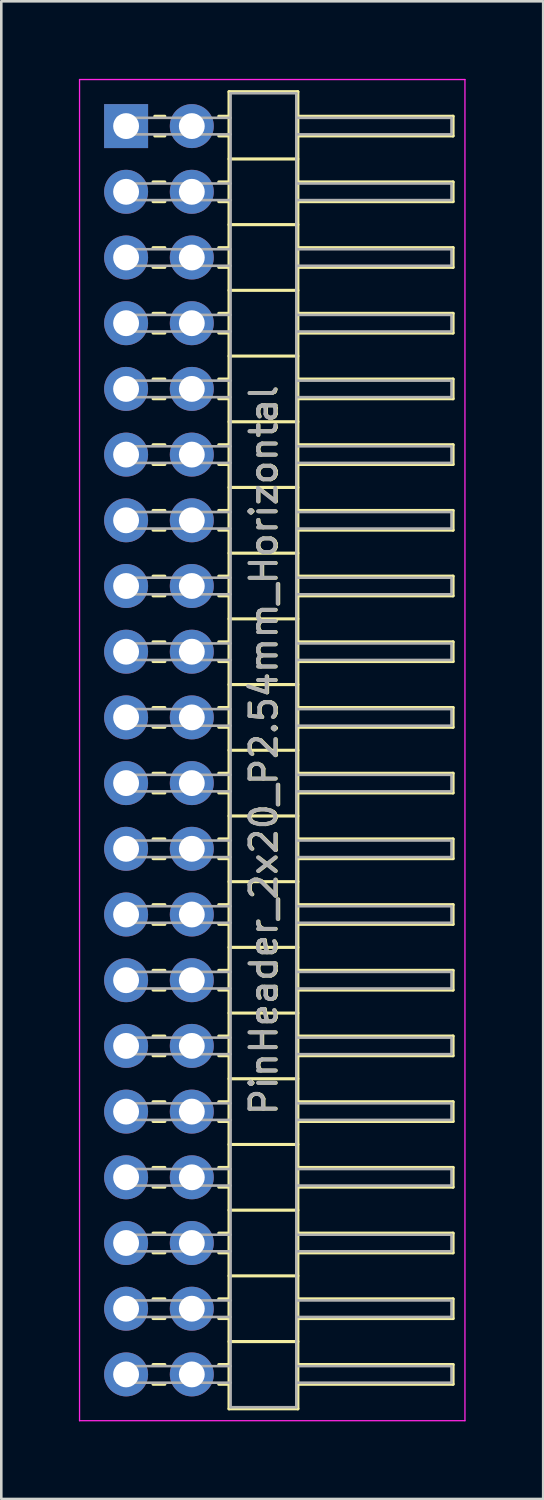
<source format=kicad_pcb>
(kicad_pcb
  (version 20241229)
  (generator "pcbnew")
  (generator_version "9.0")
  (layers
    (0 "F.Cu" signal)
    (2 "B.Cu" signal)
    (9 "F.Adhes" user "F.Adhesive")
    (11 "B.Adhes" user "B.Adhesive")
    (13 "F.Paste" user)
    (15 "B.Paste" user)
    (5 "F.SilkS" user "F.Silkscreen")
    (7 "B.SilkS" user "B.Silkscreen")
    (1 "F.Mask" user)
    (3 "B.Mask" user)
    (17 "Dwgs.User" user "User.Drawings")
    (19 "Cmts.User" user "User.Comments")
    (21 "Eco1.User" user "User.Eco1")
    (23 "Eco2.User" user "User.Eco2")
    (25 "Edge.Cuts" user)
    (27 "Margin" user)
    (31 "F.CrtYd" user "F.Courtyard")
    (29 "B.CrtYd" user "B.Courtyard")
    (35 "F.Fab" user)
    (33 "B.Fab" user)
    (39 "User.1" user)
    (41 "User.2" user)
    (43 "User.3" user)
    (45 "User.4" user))
  (footprint "PinHeader_2x20_P2.54mm_Horizontal"
    (layer "F.Cu")
    (at 1.825 1.825)
    (property "Reference" "PinHeader_2x20_P2.54mm_Horizontal" (at 5.334 24.13 90) (layer "F.SilkS") (effects (font (size 1 1) (thickness 0.15))))
    (attr through_hole)
    (fp_line (start 1.043 2.16) (end 1.497 2.16) (stroke (width 0.12) (type solid)) (layer "F.SilkS"))
    (fp_line (start 1.043 2.92) (end 1.497 2.92) (stroke (width 0.12) (type solid)) (layer "F.SilkS"))
    (fp_line (start 1.043 4.7) (end 1.497 4.7) (stroke (width 0.12) (type solid)) (layer "F.SilkS"))
    (fp_line (start 1.043 5.46) (end 1.497 5.46) (stroke (width 0.12) (type solid)) (layer "F.SilkS"))
    (fp_line (start 1.043 7.24) (end 1.497 7.24) (stroke (width 0.12) (type solid)) (layer "F.SilkS"))
    (fp_line (start 1.043 8) (end 1.497 8) (stroke (width 0.12) (type solid)) (layer "F.SilkS"))
    (fp_line (start 1.043 9.78) (end 1.497 9.78) (stroke (width 0.12) (type solid)) (layer "F.SilkS"))
    (fp_line (start 1.043 10.54) (end 1.497 10.54) (stroke (width 0.12) (type solid)) (layer "F.SilkS"))
    (fp_line (start 1.043 12.32) (end 1.497 12.32) (stroke (width 0.12) (type solid)) (layer "F.SilkS"))
    (fp_line (start 1.043 13.08) (end 1.497 13.08) (stroke (width 0.12) (type solid)) (layer "F.SilkS"))
    (fp_line (start 1.043 14.86) (end 1.497 14.86) (stroke (width 0.12) (type solid)) (layer "F.SilkS"))
    (fp_line (start 1.043 15.62) (end 1.497 15.62) (stroke (width 0.12) (type solid)) (layer "F.SilkS"))
    (fp_line (start 1.043 17.4) (end 1.497 17.4) (stroke (width 0.12) (type solid)) (layer "F.SilkS"))
    (fp_line (start 1.043 18.16) (end 1.497 18.16) (stroke (width 0.12) (type solid)) (layer "F.SilkS"))
    (fp_line (start 1.043 19.94) (end 1.497 19.94) (stroke (width 0.12) (type solid)) (layer "F.SilkS"))
    (fp_line (start 1.043 20.7) (end 1.497 20.7) (stroke (width 0.12) (type solid)) (layer "F.SilkS"))
    (fp_line (start 1.043 22.48) (end 1.497 22.48) (stroke (width 0.12) (type solid)) (layer "F.SilkS"))
    (fp_line (start 1.043 23.24) (end 1.497 23.24) (stroke (width 0.12) (type solid)) (layer "F.SilkS"))
    (fp_line (start 1.043 25.02) (end 1.497 25.02) (stroke (width 0.12) (type solid)) (layer "F.SilkS"))
    (fp_line (start 1.043 25.78) (end 1.497 25.78) (stroke (width 0.12) (type solid)) (layer "F.SilkS"))
    (fp_line (start 1.043 27.56) (end 1.497 27.56) (stroke (width 0.12) (type solid)) (layer "F.SilkS"))
    (fp_line (start 1.043 28.32) (end 1.497 28.32) (stroke (width 0.12) (type solid)) (layer "F.SilkS"))
    (fp_line (start 1.043 30.1) (end 1.497 30.1) (stroke (width 0.12) (type solid)) (layer "F.SilkS"))
    (fp_line (start 1.043 30.86) (end 1.497 30.86) (stroke (width 0.12) (type solid)) (layer "F.SilkS"))
    (fp_line (start 1.043 32.64) (end 1.497 32.64) (stroke (width 0.12) (type solid)) (layer "F.SilkS"))
    (fp_line (start 1.043 33.4) (end 1.497 33.4) (stroke (width 0.12) (type solid)) (layer "F.SilkS"))
    (fp_line (start 1.043 35.18) (end 1.497 35.18) (stroke (width 0.12) (type solid)) (layer "F.SilkS"))
    (fp_line (start 1.043 35.94) (end 1.497 35.94) (stroke (width 0.12) (type solid)) (layer "F.SilkS"))
    (fp_line (start 1.043 37.72) (end 1.497 37.72) (stroke (width 0.12) (type solid)) (layer "F.SilkS"))
    (fp_line (start 1.043 38.48) (end 1.497 38.48) (stroke (width 0.12) (type solid)) (layer "F.SilkS"))
    (fp_line (start 1.043 40.26) (end 1.497 40.26) (stroke (width 0.12) (type solid)) (layer "F.SilkS"))
    (fp_line (start 1.043 41.02) (end 1.497 41.02) (stroke (width 0.12) (type solid)) (layer "F.SilkS"))
    (fp_line (start 1.043 42.8) (end 1.497 42.8) (stroke (width 0.12) (type solid)) (layer "F.SilkS"))
    (fp_line (start 1.043 43.56) (end 1.497 43.56) (stroke (width 0.12) (type solid)) (layer "F.SilkS"))
    (fp_line (start 1.043 45.34) (end 1.497 45.34) (stroke (width 0.12) (type solid)) (layer "F.SilkS"))
    (fp_line (start 1.043 46.1) (end 1.497 46.1) (stroke (width 0.12) (type solid)) (layer "F.SilkS"))
    (fp_line (start 1.043 47.88) (end 1.497 47.88) (stroke (width 0.12) (type solid)) (layer "F.SilkS"))
    (fp_line (start 1.043 48.64) (end 1.497 48.64) (stroke (width 0.12) (type solid)) (layer "F.SilkS"))
    (fp_line (start 1.11 -0.38) (end 1.497 -0.38) (stroke (width 0.12) (type solid)) (layer "F.SilkS"))
    (fp_line (start 1.11 0.38) (end 1.497 0.38) (stroke (width 0.12) (type solid)) (layer "F.SilkS"))
    (fp_line (start 3.583 -0.38) (end 3.98 -0.38) (stroke (width 0.12) (type solid)) (layer "F.SilkS"))
    (fp_line (start 3.583 0.38) (end 3.98 0.38) (stroke (width 0.12) (type solid)) (layer "F.SilkS"))
    (fp_line (start 3.583 2.16) (end 3.98 2.16) (stroke (width 0.12) (type solid)) (layer "F.SilkS"))
    (fp_line (start 3.583 2.92) (end 3.98 2.92) (stroke (width 0.12) (type solid)) (layer "F.SilkS"))
    (fp_line (start 3.583 4.7) (end 3.98 4.7) (stroke (width 0.12) (type solid)) (layer "F.SilkS"))
    (fp_line (start 3.583 5.46) (end 3.98 5.46) (stroke (width 0.12) (type solid)) (layer "F.SilkS"))
    (fp_line (start 3.583 7.24) (end 3.98 7.24) (stroke (width 0.12) (type solid)) (layer "F.SilkS"))
    (fp_line (start 3.583 8) (end 3.98 8) (stroke (width 0.12) (type solid)) (layer "F.SilkS"))
    (fp_line (start 3.583 9.78) (end 3.98 9.78) (stroke (width 0.12) (type solid)) (layer "F.SilkS"))
    (fp_line (start 3.583 10.54) (end 3.98 10.54) (stroke (width 0.12) (type solid)) (layer "F.SilkS"))
    (fp_line (start 3.583 12.32) (end 3.98 12.32) (stroke (width 0.12) (type solid)) (layer "F.SilkS"))
    (fp_line (start 3.583 13.08) (end 3.98 13.08) (stroke (width 0.12) (type solid)) (layer "F.SilkS"))
    (fp_line (start 3.583 14.86) (end 3.98 14.86) (stroke (width 0.12) (type solid)) (layer "F.SilkS"))
    (fp_line (start 3.583 15.62) (end 3.98 15.62) (stroke (width 0.12) (type solid)) (layer "F.SilkS"))
    (fp_line (start 3.583 17.4) (end 3.98 17.4) (stroke (width 0.12) (type solid)) (layer "F.SilkS"))
    (fp_line (start 3.583 18.16) (end 3.98 18.16) (stroke (width 0.12) (type solid)) (layer "F.SilkS"))
    (fp_line (start 3.583 19.94) (end 3.98 19.94) (stroke (width 0.12) (type solid)) (layer "F.SilkS"))
    (fp_line (start 3.583 20.7) (end 3.98 20.7) (stroke (width 0.12) (type solid)) (layer "F.SilkS"))
    (fp_line (start 3.583 22.48) (end 3.98 22.48) (stroke (width 0.12) (type solid)) (layer "F.SilkS"))
    (fp_line (start 3.583 23.24) (end 3.98 23.24) (stroke (width 0.12) (type solid)) (layer "F.SilkS"))
    (fp_line (start 3.583 25.02) (end 3.98 25.02) (stroke (width 0.12) (type solid)) (layer "F.SilkS"))
    (fp_line (start 3.583 25.78) (end 3.98 25.78) (stroke (width 0.12) (type solid)) (layer "F.SilkS"))
    (fp_line (start 3.583 27.56) (end 3.98 27.56) (stroke (width 0.12) (type solid)) (layer "F.SilkS"))
    (fp_line (start 3.583 28.32) (end 3.98 28.32) (stroke (width 0.12) (type solid)) (layer "F.SilkS"))
    (fp_line (start 3.583 30.1) (end 3.98 30.1) (stroke (width 0.12) (type solid)) (layer "F.SilkS"))
    (fp_line (start 3.583 30.86) (end 3.98 30.86) (stroke (width 0.12) (type solid)) (layer "F.SilkS"))
    (fp_line (start 3.583 32.64) (end 3.98 32.64) (stroke (width 0.12) (type solid)) (layer "F.SilkS"))
    (fp_line (start 3.583 33.4) (end 3.98 33.4) (stroke (width 0.12) (type solid)) (layer "F.SilkS"))
    (fp_line (start 3.583 35.18) (end 3.98 35.18) (stroke (width 0.12) (type solid)) (layer "F.SilkS"))
    (fp_line (start 3.583 35.94) (end 3.98 35.94) (stroke (width 0.12) (type solid)) (layer "F.SilkS"))
    (fp_line (start 3.583 37.72) (end 3.98 37.72) (stroke (width 0.12) (type solid)) (layer "F.SilkS"))
    (fp_line (start 3.583 38.48) (end 3.98 38.48) (stroke (width 0.12) (type solid)) (layer "F.SilkS"))
    (fp_line (start 3.583 40.26) (end 3.98 40.26) (stroke (width 0.12) (type solid)) (layer "F.SilkS"))
    (fp_line (start 3.583 41.02) (end 3.98 41.02) (stroke (width 0.12) (type solid)) (layer "F.SilkS"))
    (fp_line (start 3.583 42.8) (end 3.98 42.8) (stroke (width 0.12) (type solid)) (layer "F.SilkS"))
    (fp_line (start 3.583 43.56) (end 3.98 43.56) (stroke (width 0.12) (type solid)) (layer "F.SilkS"))
    (fp_line (start 3.583 45.34) (end 3.98 45.34) (stroke (width 0.12) (type solid)) (layer "F.SilkS"))
    (fp_line (start 3.583 46.1) (end 3.98 46.1) (stroke (width 0.12) (type solid)) (layer "F.SilkS"))
    (fp_line (start 3.583 47.88) (end 3.98 47.88) (stroke (width 0.12) (type solid)) (layer "F.SilkS"))
    (fp_line (start 3.583 48.64) (end 3.98 48.64) (stroke (width 0.12) (type solid)) (layer "F.SilkS"))
    (fp_line (start 3.98 -1.33) (end 3.98 49.59) (stroke (width 0.12) (type solid)) (layer "F.SilkS"))
    (fp_line (start 3.98 1.27) (end 6.64 1.27) (stroke (width 0.12) (type solid)) (layer "F.SilkS"))
    (fp_line (start 3.98 3.81) (end 6.64 3.81) (stroke (width 0.12) (type solid)) (layer "F.SilkS"))
    (fp_line (start 3.98 6.35) (end 6.64 6.35) (stroke (width 0.12) (type solid)) (layer "F.SilkS"))
    (fp_line (start 3.98 8.89) (end 6.64 8.89) (stroke (width 0.12) (type solid)) (layer "F.SilkS"))
    (fp_line (start 3.98 11.43) (end 6.64 11.43) (stroke (width 0.12) (type solid)) (layer "F.SilkS"))
    (fp_line (start 3.98 13.97) (end 6.64 13.97) (stroke (width 0.12) (type solid)) (layer "F.SilkS"))
    (fp_line (start 3.98 16.51) (end 6.64 16.51) (stroke (width 0.12) (type solid)) (layer "F.SilkS"))
    (fp_line (start 3.98 19.05) (end 6.64 19.05) (stroke (width 0.12) (type solid)) (layer "F.SilkS"))
    (fp_line (start 3.98 21.59) (end 6.64 21.59) (stroke (width 0.12) (type solid)) (layer "F.SilkS"))
    (fp_line (start 3.98 24.13) (end 6.64 24.13) (stroke (width 0.12) (type solid)) (layer "F.SilkS"))
    (fp_line (start 3.98 26.67) (end 6.64 26.67) (stroke (width 0.12) (type solid)) (layer "F.SilkS"))
    (fp_line (start 3.98 29.21) (end 6.64 29.21) (stroke (width 0.12) (type solid)) (layer "F.SilkS"))
    (fp_line (start 3.98 31.75) (end 6.64 31.75) (stroke (width 0.12) (type solid)) (layer "F.SilkS"))
    (fp_line (start 3.98 34.29) (end 6.64 34.29) (stroke (width 0.12) (type solid)) (layer "F.SilkS"))
    (fp_line (start 3.98 36.83) (end 6.64 36.83) (stroke (width 0.12) (type solid)) (layer "F.SilkS"))
    (fp_line (start 3.98 39.37) (end 6.64 39.37) (stroke (width 0.12) (type solid)) (layer "F.SilkS"))
    (fp_line (start 3.98 41.91) (end 6.64 41.91) (stroke (width 0.12) (type solid)) (layer "F.SilkS"))
    (fp_line (start 3.98 44.45) (end 6.64 44.45) (stroke (width 0.12) (type solid)) (layer "F.SilkS"))
    (fp_line (start 3.98 46.99) (end 6.64 46.99) (stroke (width 0.12) (type solid)) (layer "F.SilkS"))
    (fp_line (start 3.98 49.59) (end 6.64 49.59) (stroke (width 0.12) (type solid)) (layer "F.SilkS"))
    (fp_line (start 6.64 -1.33) (end 3.98 -1.33) (stroke (width 0.12) (type solid)) (layer "F.SilkS"))
    (fp_line (start 6.64 -0.38) (end 12.64 -0.38) (stroke (width 0.12) (type solid)) (layer "F.SilkS"))
    (fp_line (start 6.64 2.16) (end 12.64 2.16) (stroke (width 0.12) (type solid)) (layer "F.SilkS"))
    (fp_line (start 6.64 4.7) (end 12.64 4.7) (stroke (width 0.12) (type solid)) (layer "F.SilkS"))
    (fp_line (start 6.64 7.24) (end 12.64 7.24) (stroke (width 0.12) (type solid)) (layer "F.SilkS"))
    (fp_line (start 6.64 9.78) (end 12.64 9.78) (stroke (width 0.12) (type solid)) (layer "F.SilkS"))
    (fp_line (start 6.64 12.32) (end 12.64 12.32) (stroke (width 0.12) (type solid)) (layer "F.SilkS"))
    (fp_line (start 6.64 14.86) (end 12.64 14.86) (stroke (width 0.12) (type solid)) (layer "F.SilkS"))
    (fp_line (start 6.64 17.4) (end 12.64 17.4) (stroke (width 0.12) (type solid)) (layer "F.SilkS"))
    (fp_line (start 6.64 19.94) (end 12.64 19.94) (stroke (width 0.12) (type solid)) (layer "F.SilkS"))
    (fp_line (start 6.64 22.48) (end 12.64 22.48) (stroke (width 0.12) (type solid)) (layer "F.SilkS"))
    (fp_line (start 6.64 25.02) (end 12.64 25.02) (stroke (width 0.12) (type solid)) (layer "F.SilkS"))
    (fp_line (start 6.64 27.56) (end 12.64 27.56) (stroke (width 0.12) (type solid)) (layer "F.SilkS"))
    (fp_line (start 6.64 30.1) (end 12.64 30.1) (stroke (width 0.12) (type solid)) (layer "F.SilkS"))
    (fp_line (start 6.64 32.64) (end 12.64 32.64) (stroke (width 0.12) (type solid)) (layer "F.SilkS"))
    (fp_line (start 6.64 35.18) (end 12.64 35.18) (stroke (width 0.12) (type solid)) (layer "F.SilkS"))
    (fp_line (start 6.64 37.72) (end 12.64 37.72) (stroke (width 0.12) (type solid)) (layer "F.SilkS"))
    (fp_line (start 6.64 40.26) (end 12.64 40.26) (stroke (width 0.12) (type solid)) (layer "F.SilkS"))
    (fp_line (start 6.64 42.8) (end 12.64 42.8) (stroke (width 0.12) (type solid)) (layer "F.SilkS"))
    (fp_line (start 6.64 45.34) (end 12.64 45.34) (stroke (width 0.12) (type solid)) (layer "F.SilkS"))
    (fp_line (start 6.64 47.88) (end 12.64 47.88) (stroke (width 0.12) (type solid)) (layer "F.SilkS"))
    (fp_line (start 6.64 49.59) (end 6.64 -1.33) (stroke (width 0.12) (type solid)) (layer "F.SilkS"))
    (fp_line (start 12.64 -0.38) (end 12.64 0.38) (stroke (width 0.12) (type solid)) (layer "F.SilkS"))
    (fp_line (start 12.64 0.38) (end 6.64 0.38) (stroke (width 0.12) (type solid)) (layer "F.SilkS"))
    (fp_line (start 12.64 2.16) (end 12.64 2.92) (stroke (width 0.12) (type solid)) (layer "F.SilkS"))
    (fp_line (start 12.64 2.92) (end 6.64 2.92) (stroke (width 0.12) (type solid)) (layer "F.SilkS"))
    (fp_line (start 12.64 4.7) (end 12.64 5.46) (stroke (width 0.12) (type solid)) (layer "F.SilkS"))
    (fp_line (start 12.64 5.46) (end 6.64 5.46) (stroke (width 0.12) (type solid)) (layer "F.SilkS"))
    (fp_line (start 12.64 7.24) (end 12.64 8) (stroke (width 0.12) (type solid)) (layer "F.SilkS"))
    (fp_line (start 12.64 8) (end 6.64 8) (stroke (width 0.12) (type solid)) (layer "F.SilkS"))
    (fp_line (start 12.64 9.78) (end 12.64 10.54) (stroke (width 0.12) (type solid)) (layer "F.SilkS"))
    (fp_line (start 12.64 10.54) (end 6.64 10.54) (stroke (width 0.12) (type solid)) (layer "F.SilkS"))
    (fp_line (start 12.64 12.32) (end 12.64 13.08) (stroke (width 0.12) (type solid)) (layer "F.SilkS"))
    (fp_line (start 12.64 13.08) (end 6.64 13.08) (stroke (width 0.12) (type solid)) (layer "F.SilkS"))
    (fp_line (start 12.64 14.86) (end 12.64 15.62) (stroke (width 0.12) (type solid)) (layer "F.SilkS"))
    (fp_line (start 12.64 15.62) (end 6.64 15.62) (stroke (width 0.12) (type solid)) (layer "F.SilkS"))
    (fp_line (start 12.64 17.4) (end 12.64 18.16) (stroke (width 0.12) (type solid)) (layer "F.SilkS"))
    (fp_line (start 12.64 18.16) (end 6.64 18.16) (stroke (width 0.12) (type solid)) (layer "F.SilkS"))
    (fp_line (start 12.64 19.94) (end 12.64 20.7) (stroke (width 0.12) (type solid)) (layer "F.SilkS"))
    (fp_line (start 12.64 20.7) (end 6.64 20.7) (stroke (width 0.12) (type solid)) (layer "F.SilkS"))
    (fp_line (start 12.64 22.48) (end 12.64 23.24) (stroke (width 0.12) (type solid)) (layer "F.SilkS"))
    (fp_line (start 12.64 23.24) (end 6.64 23.24) (stroke (width 0.12) (type solid)) (layer "F.SilkS"))
    (fp_line (start 12.64 25.02) (end 12.64 25.78) (stroke (width 0.12) (type solid)) (layer "F.SilkS"))
    (fp_line (start 12.64 25.78) (end 6.64 25.78) (stroke (width 0.12) (type solid)) (layer "F.SilkS"))
    (fp_line (start 12.64 27.56) (end 12.64 28.32) (stroke (width 0.12) (type solid)) (layer "F.SilkS"))
    (fp_line (start 12.64 28.32) (end 6.64 28.32) (stroke (width 0.12) (type solid)) (layer "F.SilkS"))
    (fp_line (start 12.64 30.1) (end 12.64 30.86) (stroke (width 0.12) (type solid)) (layer "F.SilkS"))
    (fp_line (start 12.64 30.86) (end 6.64 30.86) (stroke (width 0.12) (type solid)) (layer "F.SilkS"))
    (fp_line (start 12.64 32.64) (end 12.64 33.4) (stroke (width 0.12) (type solid)) (layer "F.SilkS"))
    (fp_line (start 12.64 33.4) (end 6.64 33.4) (stroke (width 0.12) (type solid)) (layer "F.SilkS"))
    (fp_line (start 12.64 35.18) (end 12.64 35.94) (stroke (width 0.12) (type solid)) (layer "F.SilkS"))
    (fp_line (start 12.64 35.94) (end 6.64 35.94) (stroke (width 0.12) (type solid)) (layer "F.SilkS"))
    (fp_line (start 12.64 37.72) (end 12.64 38.48) (stroke (width 0.12) (type solid)) (layer "F.SilkS"))
    (fp_line (start 12.64 38.48) (end 6.64 38.48) (stroke (width 0.12) (type solid)) (layer "F.SilkS"))
    (fp_line (start 12.64 40.26) (end 12.64 41.02) (stroke (width 0.12) (type solid)) (layer "F.SilkS"))
    (fp_line (start 12.64 41.02) (end 6.64 41.02) (stroke (width 0.12) (type solid)) (layer "F.SilkS"))
    (fp_line (start 12.64 42.8) (end 12.64 43.56) (stroke (width 0.12) (type solid)) (layer "F.SilkS"))
    (fp_line (start 12.64 43.56) (end 6.64 43.56) (stroke (width 0.12) (type solid)) (layer "F.SilkS"))
    (fp_line (start 12.64 45.34) (end 12.64 46.1) (stroke (width 0.12) (type solid)) (layer "F.SilkS"))
    (fp_line (start 12.64 46.1) (end 6.64 46.1) (stroke (width 0.12) (type solid)) (layer "F.SilkS"))
    (fp_line (start 12.64 47.88) (end 12.64 48.64) (stroke (width 0.12) (type solid)) (layer "F.SilkS"))
    (fp_line (start 12.64 48.64) (end 6.64 48.64) (stroke (width 0.12) (type solid)) (layer "F.SilkS"))
    (fp_line (start -1.8 -1.8) (end -1.8 50.05) (stroke (width 0.05) (type solid)) (layer "F.CrtYd"))
    (fp_line (start -1.8 50.05) (end 13.1 50.05) (stroke (width 0.05) (type solid)) (layer "F.CrtYd"))
    (fp_line (start 13.1 -1.8) (end -1.8 -1.8) (stroke (width 0.05) (type solid)) (layer "F.CrtYd"))
    (fp_line (start 13.1 50.05) (end 13.1 -1.8) (stroke (width 0.05) (type solid)) (layer "F.CrtYd"))
    (fp_line (start -0.32 -0.32) (end -0.32 0.32) (stroke (width 0.1) (type solid)) (layer "F.Fab"))
    (fp_line (start -0.32 -0.32) (end 4.04 -0.32) (stroke (width 0.1) (type solid)) (layer "F.Fab"))
    (fp_line (start -0.32 0.32) (end 4.04 0.32) (stroke (width 0.1) (type solid)) (layer "F.Fab"))
    (fp_line (start -0.32 2.22) (end -0.32 2.86) (stroke (width 0.1) (type solid)) (layer "F.Fab"))
    (fp_line (start -0.32 2.22) (end 4.04 2.22) (stroke (width 0.1) (type solid)) (layer "F.Fab"))
    (fp_line (start -0.32 2.86) (end 4.04 2.86) (stroke (width 0.1) (type solid)) (layer "F.Fab"))
    (fp_line (start -0.32 4.76) (end -0.32 5.4) (stroke (width 0.1) (type solid)) (layer "F.Fab"))
    (fp_line (start -0.32 4.76) (end 4.04 4.76) (stroke (width 0.1) (type solid)) (layer "F.Fab"))
    (fp_line (start -0.32 5.4) (end 4.04 5.4) (stroke (width 0.1) (type solid)) (layer "F.Fab"))
    (fp_line (start -0.32 7.3) (end -0.32 7.94) (stroke (width 0.1) (type solid)) (layer "F.Fab"))
    (fp_line (start -0.32 7.3) (end 4.04 7.3) (stroke (width 0.1) (type solid)) (layer "F.Fab"))
    (fp_line (start -0.32 7.94) (end 4.04 7.94) (stroke (width 0.1) (type solid)) (layer "F.Fab"))
    (fp_line (start -0.32 9.84) (end -0.32 10.48) (stroke (width 0.1) (type solid)) (layer "F.Fab"))
    (fp_line (start -0.32 9.84) (end 4.04 9.84) (stroke (width 0.1) (type solid)) (layer "F.Fab"))
    (fp_line (start -0.32 10.48) (end 4.04 10.48) (stroke (width 0.1) (type solid)) (layer "F.Fab"))
    (fp_line (start -0.32 12.38) (end -0.32 13.02) (stroke (width 0.1) (type solid)) (layer "F.Fab"))
    (fp_line (start -0.32 12.38) (end 4.04 12.38) (stroke (width 0.1) (type solid)) (layer "F.Fab"))
    (fp_line (start -0.32 13.02) (end 4.04 13.02) (stroke (width 0.1) (type solid)) (layer "F.Fab"))
    (fp_line (start -0.32 14.92) (end -0.32 15.56) (stroke (width 0.1) (type solid)) (layer "F.Fab"))
    (fp_line (start -0.32 14.92) (end 4.04 14.92) (stroke (width 0.1) (type solid)) (layer "F.Fab"))
    (fp_line (start -0.32 15.56) (end 4.04 15.56) (stroke (width 0.1) (type solid)) (layer "F.Fab"))
    (fp_line (start -0.32 17.46) (end -0.32 18.1) (stroke (width 0.1) (type solid)) (layer "F.Fab"))
    (fp_line (start -0.32 17.46) (end 4.04 17.46) (stroke (width 0.1) (type solid)) (layer "F.Fab"))
    (fp_line (start -0.32 18.1) (end 4.04 18.1) (stroke (width 0.1) (type solid)) (layer "F.Fab"))
    (fp_line (start -0.32 20) (end -0.32 20.64) (stroke (width 0.1) (type solid)) (layer "F.Fab"))
    (fp_line (start -0.32 20) (end 4.04 20) (stroke (width 0.1) (type solid)) (layer "F.Fab"))
    (fp_line (start -0.32 20.64) (end 4.04 20.64) (stroke (width 0.1) (type solid)) (layer "F.Fab"))
    (fp_line (start -0.32 22.54) (end -0.32 23.18) (stroke (width 0.1) (type solid)) (layer "F.Fab"))
    (fp_line (start -0.32 22.54) (end 4.04 22.54) (stroke (width 0.1) (type solid)) (layer "F.Fab"))
    (fp_line (start -0.32 23.18) (end 4.04 23.18) (stroke (width 0.1) (type solid)) (layer "F.Fab"))
    (fp_line (start -0.32 25.08) (end -0.32 25.72) (stroke (width 0.1) (type solid)) (layer "F.Fab"))
    (fp_line (start -0.32 25.08) (end 4.04 25.08) (stroke (width 0.1) (type solid)) (layer "F.Fab"))
    (fp_line (start -0.32 25.72) (end 4.04 25.72) (stroke (width 0.1) (type solid)) (layer "F.Fab"))
    (fp_line (start -0.32 27.62) (end -0.32 28.26) (stroke (width 0.1) (type solid)) (layer "F.Fab"))
    (fp_line (start -0.32 27.62) (end 4.04 27.62) (stroke (width 0.1) (type solid)) (layer "F.Fab"))
    (fp_line (start -0.32 28.26) (end 4.04 28.26) (stroke (width 0.1) (type solid)) (layer "F.Fab"))
    (fp_line (start -0.32 30.16) (end -0.32 30.8) (stroke (width 0.1) (type solid)) (layer "F.Fab"))
    (fp_line (start -0.32 30.16) (end 4.04 30.16) (stroke (width 0.1) (type solid)) (layer "F.Fab"))
    (fp_line (start -0.32 30.8) (end 4.04 30.8) (stroke (width 0.1) (type solid)) (layer "F.Fab"))
    (fp_line (start -0.32 32.7) (end -0.32 33.34) (stroke (width 0.1) (type solid)) (layer "F.Fab"))
    (fp_line (start -0.32 32.7) (end 4.04 32.7) (stroke (width 0.1) (type solid)) (layer "F.Fab"))
    (fp_line (start -0.32 33.34) (end 4.04 33.34) (stroke (width 0.1) (type solid)) (layer "F.Fab"))
    (fp_line (start -0.32 35.24) (end -0.32 35.88) (stroke (width 0.1) (type solid)) (layer "F.Fab"))
    (fp_line (start -0.32 35.24) (end 4.04 35.24) (stroke (width 0.1) (type solid)) (layer "F.Fab"))
    (fp_line (start -0.32 35.88) (end 4.04 35.88) (stroke (width 0.1) (type solid)) (layer "F.Fab"))
    (fp_line (start -0.32 37.78) (end -0.32 38.42) (stroke (width 0.1) (type solid)) (layer "F.Fab"))
    (fp_line (start -0.32 37.78) (end 4.04 37.78) (stroke (width 0.1) (type solid)) (layer "F.Fab"))
    (fp_line (start -0.32 38.42) (end 4.04 38.42) (stroke (width 0.1) (type solid)) (layer "F.Fab"))
    (fp_line (start -0.32 40.32) (end -0.32 40.96) (stroke (width 0.1) (type solid)) (layer "F.Fab"))
    (fp_line (start -0.32 40.32) (end 4.04 40.32) (stroke (width 0.1) (type solid)) (layer "F.Fab"))
    (fp_line (start -0.32 40.96) (end 4.04 40.96) (stroke (width 0.1) (type solid)) (layer "F.Fab"))
    (fp_line (start -0.32 42.86) (end -0.32 43.5) (stroke (width 0.1) (type solid)) (layer "F.Fab"))
    (fp_line (start -0.32 42.86) (end 4.04 42.86) (stroke (width 0.1) (type solid)) (layer "F.Fab"))
    (fp_line (start -0.32 43.5) (end 4.04 43.5) (stroke (width 0.1) (type solid)) (layer "F.Fab"))
    (fp_line (start -0.32 45.4) (end -0.32 46.04) (stroke (width 0.1) (type solid)) (layer "F.Fab"))
    (fp_line (start -0.32 45.4) (end 4.04 45.4) (stroke (width 0.1) (type solid)) (layer "F.Fab"))
    (fp_line (start -0.32 46.04) (end 4.04 46.04) (stroke (width 0.1) (type solid)) (layer "F.Fab"))
    (fp_line (start -0.32 47.94) (end -0.32 48.58) (stroke (width 0.1) (type solid)) (layer "F.Fab"))
    (fp_line (start -0.32 47.94) (end 4.04 47.94) (stroke (width 0.1) (type solid)) (layer "F.Fab"))
    (fp_line (start -0.32 48.58) (end 4.04 48.58) (stroke (width 0.1) (type solid)) (layer "F.Fab"))
    (fp_line (start 4.04 -1.27) (end 6.58 -1.27) (stroke (width 0.1) (type solid)) (layer "F.Fab"))
    (fp_line (start 4.04 49.53) (end 4.04 -1.27) (stroke (width 0.1) (type solid)) (layer "F.Fab"))
    (fp_line (start 6.58 -1.27) (end 6.58 49.53) (stroke (width 0.1) (type solid)) (layer "F.Fab"))
    (fp_line (start 6.58 -0.32) (end 12.58 -0.32) (stroke (width 0.1) (type solid)) (layer "F.Fab"))
    (fp_line (start 6.58 0.32) (end 12.58 0.32) (stroke (width 0.1) (type solid)) (layer "F.Fab"))
    (fp_line (start 6.58 2.22) (end 12.58 2.22) (stroke (width 0.1) (type solid)) (layer "F.Fab"))
    (fp_line (start 6.58 2.86) (end 12.58 2.86) (stroke (width 0.1) (type solid)) (layer "F.Fab"))
    (fp_line (start 6.58 4.76) (end 12.58 4.76) (stroke (width 0.1) (type solid)) (layer "F.Fab"))
    (fp_line (start 6.58 5.4) (end 12.58 5.4) (stroke (width 0.1) (type solid)) (layer "F.Fab"))
    (fp_line (start 6.58 7.3) (end 12.58 7.3) (stroke (width 0.1) (type solid)) (layer "F.Fab"))
    (fp_line (start 6.58 7.94) (end 12.58 7.94) (stroke (width 0.1) (type solid)) (layer "F.Fab"))
    (fp_line (start 6.58 9.84) (end 12.58 9.84) (stroke (width 0.1) (type solid)) (layer "F.Fab"))
    (fp_line (start 6.58 10.48) (end 12.58 10.48) (stroke (width 0.1) (type solid)) (layer "F.Fab"))
    (fp_line (start 6.58 12.38) (end 12.58 12.38) (stroke (width 0.1) (type solid)) (layer "F.Fab"))
    (fp_line (start 6.58 13.02) (end 12.58 13.02) (stroke (width 0.1) (type solid)) (layer "F.Fab"))
    (fp_line (start 6.58 14.92) (end 12.58 14.92) (stroke (width 0.1) (type solid)) (layer "F.Fab"))
    (fp_line (start 6.58 15.56) (end 12.58 15.56) (stroke (width 0.1) (type solid)) (layer "F.Fab"))
    (fp_line (start 6.58 17.46) (end 12.58 17.46) (stroke (width 0.1) (type solid)) (layer "F.Fab"))
    (fp_line (start 6.58 18.1) (end 12.58 18.1) (stroke (width 0.1) (type solid)) (layer "F.Fab"))
    (fp_line (start 6.58 20) (end 12.58 20) (stroke (width 0.1) (type solid)) (layer "F.Fab"))
    (fp_line (start 6.58 20.64) (end 12.58 20.64) (stroke (width 0.1) (type solid)) (layer "F.Fab"))
    (fp_line (start 6.58 22.54) (end 12.58 22.54) (stroke (width 0.1) (type solid)) (layer "F.Fab"))
    (fp_line (start 6.58 23.18) (end 12.58 23.18) (stroke (width 0.1) (type solid)) (layer "F.Fab"))
    (fp_line (start 6.58 25.08) (end 12.58 25.08) (stroke (width 0.1) (type solid)) (layer "F.Fab"))
    (fp_line (start 6.58 25.72) (end 12.58 25.72) (stroke (width 0.1) (type solid)) (layer "F.Fab"))
    (fp_line (start 6.58 27.62) (end 12.58 27.62) (stroke (width 0.1) (type solid)) (layer "F.Fab"))
    (fp_line (start 6.58 28.26) (end 12.58 28.26) (stroke (width 0.1) (type solid)) (layer "F.Fab"))
    (fp_line (start 6.58 30.16) (end 12.58 30.16) (stroke (width 0.1) (type solid)) (layer "F.Fab"))
    (fp_line (start 6.58 30.8) (end 12.58 30.8) (stroke (width 0.1) (type solid)) (layer "F.Fab"))
    (fp_line (start 6.58 32.7) (end 12.58 32.7) (stroke (width 0.1) (type solid)) (layer "F.Fab"))
    (fp_line (start 6.58 33.34) (end 12.58 33.34) (stroke (width 0.1) (type solid)) (layer "F.Fab"))
    (fp_line (start 6.58 35.24) (end 12.58 35.24) (stroke (width 0.1) (type solid)) (layer "F.Fab"))
    (fp_line (start 6.58 35.88) (end 12.58 35.88) (stroke (width 0.1) (type solid)) (layer "F.Fab"))
    (fp_line (start 6.58 37.78) (end 12.58 37.78) (stroke (width 0.1) (type solid)) (layer "F.Fab"))
    (fp_line (start 6.58 38.42) (end 12.58 38.42) (stroke (width 0.1) (type solid)) (layer "F.Fab"))
    (fp_line (start 6.58 40.32) (end 12.58 40.32) (stroke (width 0.1) (type solid)) (layer "F.Fab"))
    (fp_line (start 6.58 40.96) (end 12.58 40.96) (stroke (width 0.1) (type solid)) (layer "F.Fab"))
    (fp_line (start 6.58 42.86) (end 12.58 42.86) (stroke (width 0.1) (type solid)) (layer "F.Fab"))
    (fp_line (start 6.58 43.5) (end 12.58 43.5) (stroke (width 0.1) (type solid)) (layer "F.Fab"))
    (fp_line (start 6.58 45.4) (end 12.58 45.4) (stroke (width 0.1) (type solid)) (layer "F.Fab"))
    (fp_line (start 6.58 46.04) (end 12.58 46.04) (stroke (width 0.1) (type solid)) (layer "F.Fab"))
    (fp_line (start 6.58 47.94) (end 12.58 47.94) (stroke (width 0.1) (type solid)) (layer "F.Fab"))
    (fp_line (start 6.58 48.58) (end 12.58 48.58) (stroke (width 0.1) (type solid)) (layer "F.Fab"))
    (fp_line (start 6.58 49.53) (end 4.04 49.53) (stroke (width 0.1) (type solid)) (layer "F.Fab"))
    (fp_line (start 12.58 -0.32) (end 12.58 0.32) (stroke (width 0.1) (type solid)) (layer "F.Fab"))
    (fp_line (start 12.58 2.22) (end 12.58 2.86) (stroke (width 0.1) (type solid)) (layer "F.Fab"))
    (fp_line (start 12.58 4.76) (end 12.58 5.4) (stroke (width 0.1) (type solid)) (layer "F.Fab"))
    (fp_line (start 12.58 7.3) (end 12.58 7.94) (stroke (width 0.1) (type solid)) (layer "F.Fab"))
    (fp_line (start 12.58 9.84) (end 12.58 10.48) (stroke (width 0.1) (type solid)) (layer "F.Fab"))
    (fp_line (start 12.58 12.38) (end 12.58 13.02) (stroke (width 0.1) (type solid)) (layer "F.Fab"))
    (fp_line (start 12.58 14.92) (end 12.58 15.56) (stroke (width 0.1) (type solid)) (layer "F.Fab"))
    (fp_line (start 12.58 17.46) (end 12.58 18.1) (stroke (width 0.1) (type solid)) (layer "F.Fab"))
    (fp_line (start 12.58 20) (end 12.58 20.64) (stroke (width 0.1) (type solid)) (layer "F.Fab"))
    (fp_line (start 12.58 22.54) (end 12.58 23.18) (stroke (width 0.1) (type solid)) (layer "F.Fab"))
    (fp_line (start 12.58 25.08) (end 12.58 25.72) (stroke (width 0.1) (type solid)) (layer "F.Fab"))
    (fp_line (start 12.58 27.62) (end 12.58 28.26) (stroke (width 0.1) (type solid)) (layer "F.Fab"))
    (fp_line (start 12.58 30.16) (end 12.58 30.8) (stroke (width 0.1) (type solid)) (layer "F.Fab"))
    (fp_line (start 12.58 32.7) (end 12.58 33.34) (stroke (width 0.1) (type solid)) (layer "F.Fab"))
    (fp_line (start 12.58 35.24) (end 12.58 35.88) (stroke (width 0.1) (type solid)) (layer "F.Fab"))
    (fp_line (start 12.58 37.78) (end 12.58 38.42) (stroke (width 0.1) (type solid)) (layer "F.Fab"))
    (fp_line (start 12.58 40.32) (end 12.58 40.96) (stroke (width 0.1) (type solid)) (layer "F.Fab"))
    (fp_line (start 12.58 42.86) (end 12.58 43.5) (stroke (width 0.1) (type solid)) (layer "F.Fab"))
    (fp_line (start 12.58 45.4) (end 12.58 46.04) (stroke (width 0.1) (type solid)) (layer "F.Fab"))
    (fp_line (start 12.58 47.94) (end 12.58 48.58) (stroke (width 0.1) (type solid)) (layer "F.Fab"))
    (fp_text user "${REFERENCE}" (at 5.31 24.13 90) (layer "F.Fab") (effects (font (size 1 1) (thickness 0.15))))
    (pad "1" thru_hole rect (at 0 0) (size 1.7 1.7) (drill 1) (layers "*.Cu" "*.Mask"))
    (pad "2" thru_hole oval (at 2.54 0) (size 1.7 1.7) (drill 1) (layers "*.Cu" "*.Mask"))
    (pad "3" thru_hole oval (at 0 2.54) (size 1.7 1.7) (drill 1) (layers "*.Cu" "*.Mask"))
    (pad "4" thru_hole oval (at 2.54 2.54) (size 1.7 1.7) (drill 1) (layers "*.Cu" "*.Mask"))
    (pad "5" thru_hole oval (at 0 5.08) (size 1.7 1.7) (drill 1) (layers "*.Cu" "*.Mask"))
    (pad "6" thru_hole oval (at 2.54 5.08) (size 1.7 1.7) (drill 1) (layers "*.Cu" "*.Mask"))
    (pad "7" thru_hole oval (at 0 7.62) (size 1.7 1.7) (drill 1) (layers "*.Cu" "*.Mask"))
    (pad "8" thru_hole oval (at 2.54 7.62) (size 1.7 1.7) (drill 1) (layers "*.Cu" "*.Mask"))
    (pad "9" thru_hole oval (at 0 10.16) (size 1.7 1.7) (drill 1) (layers "*.Cu" "*.Mask"))
    (pad "10" thru_hole oval (at 2.54 10.16) (size 1.7 1.7) (drill 1) (layers "*.Cu" "*.Mask"))
    (pad "11" thru_hole oval (at 0 12.7) (size 1.7 1.7) (drill 1) (layers "*.Cu" "*.Mask"))
    (pad "12" thru_hole oval (at 2.54 12.7) (size 1.7 1.7) (drill 1) (layers "*.Cu" "*.Mask"))
    (pad "13" thru_hole oval (at 0 15.24) (size 1.7 1.7) (drill 1) (layers "*.Cu" "*.Mask"))
    (pad "14" thru_hole oval (at 2.54 15.24) (size 1.7 1.7) (drill 1) (layers "*.Cu" "*.Mask"))
    (pad "15" thru_hole oval (at 0 17.78) (size 1.7 1.7) (drill 1) (layers "*.Cu" "*.Mask"))
    (pad "16" thru_hole oval (at 2.54 17.78) (size 1.7 1.7) (drill 1) (layers "*.Cu" "*.Mask"))
    (pad "17" thru_hole oval (at 0 20.32) (size 1.7 1.7) (drill 1) (layers "*.Cu" "*.Mask"))
    (pad "18" thru_hole oval (at 2.54 20.32) (size 1.7 1.7) (drill 1) (layers "*.Cu" "*.Mask"))
    (pad "19" thru_hole oval (at 0 22.86) (size 1.7 1.7) (drill 1) (layers "*.Cu" "*.Mask"))
    (pad "20" thru_hole oval (at 2.54 22.86) (size 1.7 1.7) (drill 1) (layers "*.Cu" "*.Mask"))
    (pad "21" thru_hole oval (at 0 25.4) (size 1.7 1.7) (drill 1) (layers "*.Cu" "*.Mask"))
    (pad "22" thru_hole oval (at 2.54 25.4) (size 1.7 1.7) (drill 1) (layers "*.Cu" "*.Mask"))
    (pad "23" thru_hole oval (at 0 27.94) (size 1.7 1.7) (drill 1) (layers "*.Cu" "*.Mask"))
    (pad "24" thru_hole oval (at 2.54 27.94) (size 1.7 1.7) (drill 1) (layers "*.Cu" "*.Mask"))
    (pad "25" thru_hole oval (at 0 30.48) (size 1.7 1.7) (drill 1) (layers "*.Cu" "*.Mask"))
    (pad "26" thru_hole oval (at 2.54 30.48) (size 1.7 1.7) (drill 1) (layers "*.Cu" "*.Mask"))
    (pad "27" thru_hole oval (at 0 33.02) (size 1.7 1.7) (drill 1) (layers "*.Cu" "*.Mask"))
    (pad "28" thru_hole oval (at 2.54 33.02) (size 1.7 1.7) (drill 1) (layers "*.Cu" "*.Mask"))
    (pad "29" thru_hole oval (at 0 35.56) (size 1.7 1.7) (drill 1) (layers "*.Cu" "*.Mask"))
    (pad "30" thru_hole oval (at 2.54 35.56) (size 1.7 1.7) (drill 1) (layers "*.Cu" "*.Mask"))
    (pad "31" thru_hole oval (at 0 38.1) (size 1.7 1.7) (drill 1) (layers "*.Cu" "*.Mask"))
    (pad "32" thru_hole oval (at 2.54 38.1) (size 1.7 1.7) (drill 1) (layers "*.Cu" "*.Mask"))
    (pad "33" thru_hole oval (at 0 40.64) (size 1.7 1.7) (drill 1) (layers "*.Cu" "*.Mask"))
    (pad "34" thru_hole oval (at 2.54 40.64) (size 1.7 1.7) (drill 1) (layers "*.Cu" "*.Mask"))
    (pad "35" thru_hole oval (at 0 43.18) (size 1.7 1.7) (drill 1) (layers "*.Cu" "*.Mask"))
    (pad "36" thru_hole oval (at 2.54 43.18) (size 1.7 1.7) (drill 1) (layers "*.Cu" "*.Mask"))
    (pad "37" thru_hole oval (at 0 45.72) (size 1.7 1.7) (drill 1) (layers "*.Cu" "*.Mask"))
    (pad "38" thru_hole oval (at 2.54 45.72) (size 1.7 1.7) (drill 1) (layers "*.Cu" "*.Mask"))
    (pad "39" thru_hole oval (at 0 48.26) (size 1.7 1.7) (drill 1) (layers "*.Cu" "*.Mask"))
    (pad "40" thru_hole oval (at 2.54 48.26) (size 1.7 1.7) (drill 1) (layers "*.Cu" "*.Mask")))
  (gr_rect
    (start -3 -3)
    (end 17.95 54.9)
    (stroke (width 0.1) (type default))
    (fill no)
    (layer "Edge.Cuts")))
</source>
